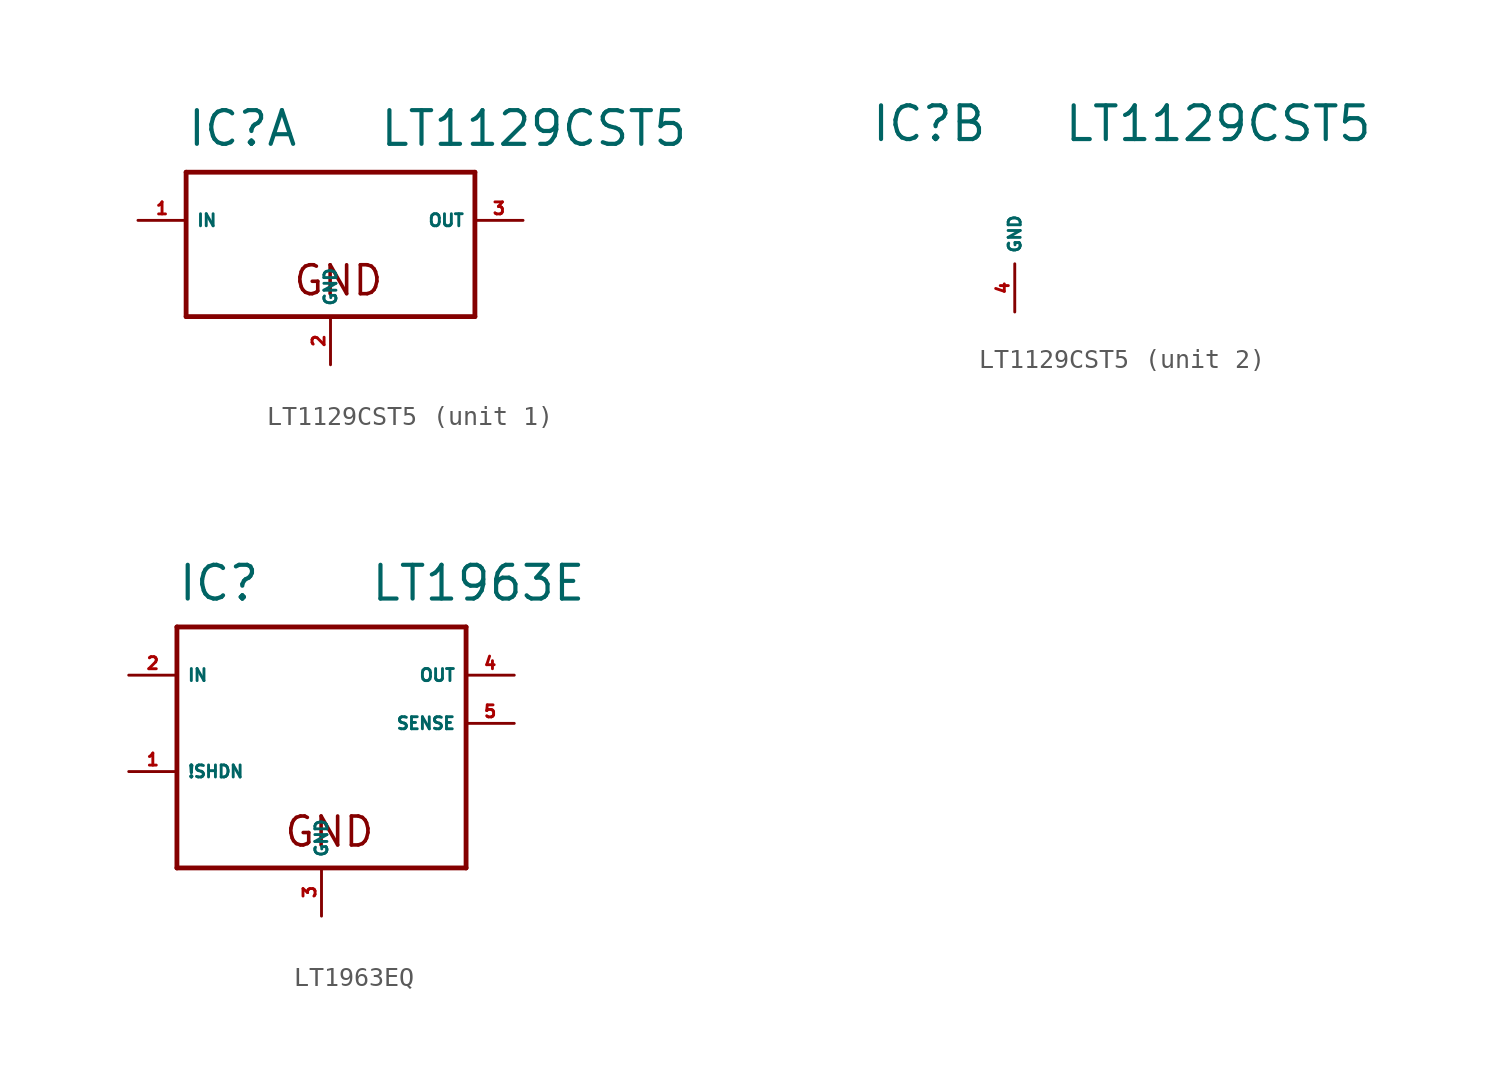
<source format=kicad_sym>
(kicad_symbol_lib
  (version 20220914)
  (generator Eagle2Kicad)
  (symbol "LT1129CST5"
    (property "Reference" "IC"
      (at -7.62 6.35 0)
      (effects (font (size 1.778 1.778) (thickness 0.22)) (justify left bottom)))
    (property "Value" "LT1129CST5"
      (at 2.54 6.35 0)
      (effects (font (size 1.778 1.778) (thickness 0.22)) (justify left bottom)))
    (symbol "LT1129CST5_1_0"
      (polyline (pts (xy -7.62 5.08) (xy 7.62 5.08)) (stroke (width 0.254) (type default)) (fill (type none)))
      (polyline (pts (xy 7.62 5.08) (xy 7.62 -2.54)) (stroke (width 0.254) (type default)) (fill (type none)))
      (polyline (pts (xy 7.62 -2.54) (xy -7.62 -2.54)) (stroke (width 0.254) (type default)) (fill (type none)))
      (polyline (pts (xy -7.62 -2.54) (xy -7.62 5.08)) (stroke (width 0.254) (type default)) (fill (type none)))
      (text "GND" (at -2.032 -1.524 0) (effects (font (size 1.524 1.524) (thickness 0.19)) (justify left bottom)))
      (pin input line (at -10.16 2.54 0) (length 2.54) (name "IN" (effects (font (size 0.635 0.635) (thickness 0.08)) (justify left bottom))) (number "1" (effects (font (size 0.635 0.635) (thickness 0.08)) (justify left bottom))))
      (pin output line (at 10.16 2.54 180) (length 2.54) (name "OUT" (effects (font (size 0.635 0.635) (thickness 0.08)) (justify left bottom))) (number "3" (effects (font (size 0.635 0.635) (thickness 0.08)) (justify left bottom))))
      (pin unspecified line (at 0 -5.08 90) (length 2.54) (name "GND" (effects (font (size 0.635 0.635) (thickness 0.08)) (justify left bottom))) (number "2" (effects (font (size 0.635 0.635) (thickness 0.08)) (justify left bottom)))))
    (symbol "LT1129CST5_2_0"
      (pin unspecified line (at 0 -2.54 90) (length 2.54) (name "GND" (effects (font (size 0.635 0.635) (thickness 0.08)) (justify left bottom))) (number "4" (effects (font (size 0.635 0.635) (thickness 0.08)) (justify left bottom))))))
  (symbol "LT1963EQ"
    (property "Reference" "IC"
      (at -7.62 6.35 0)
      (effects (font (size 1.778 1.778) (thickness 0.22)) (justify left bottom)))
    (property "Value" "LT1963E"
      (at 2.54 6.35 0)
      (effects (font (size 1.778 1.778) (thickness 0.22)) (justify left bottom)))
    (polyline
      (pts (xy -7.62 5.08) (xy 7.62 5.08))
      (stroke (width 0.254) (type default))
      (fill (type none)))
    (polyline
      (pts (xy 7.62 5.08) (xy 7.62 -7.62))
      (stroke (width 0.254) (type default))
      (fill (type none)))
    (polyline
      (pts (xy 7.62 -7.62) (xy -7.62 -7.62))
      (stroke (width 0.254) (type default))
      (fill (type none)))
    (polyline
      (pts (xy -7.62 -7.62) (xy -7.62 5.08))
      (stroke (width 0.254) (type default))
      (fill (type none)))
    (text "GND"
      (at -2.032 -6.604 0)
      (effects (font (size 1.524 1.524) (thickness 0.19)) (justify left bottom)))
    (pin input line
      (at -10.16 2.54 0)
      (length 2.54)
      (name "IN" (effects (font (size 0.635 0.635) (thickness 0.08)) (justify left bottom)))
      (number "2" (effects (font (size 0.635 0.635) (thickness 0.08)) (justify left bottom))))
    (pin output line
      (at 10.16 2.54 180)
      (length 2.54)
      (name "OUT" (effects (font (size 0.635 0.635) (thickness 0.08)) (justify left bottom)))
      (number "4" (effects (font (size 0.635 0.635) (thickness 0.08)) (justify left bottom))))
    (pin input line
      (at -10.16 -2.54 0)
      (length 2.54)
      (name "!SHDN" (effects (font (size 0.635 0.635) (thickness 0.08)) (justify left bottom)))
      (number "1" (effects (font (size 0.635 0.635) (thickness 0.08)) (justify left bottom))))
    (pin input line
      (at 10.16 0 180)
      (length 2.54)
      (name "SENSE" (effects (font (size 0.635 0.635) (thickness 0.08)) (justify left bottom)))
      (number "5" (effects (font (size 0.635 0.635) (thickness 0.08)) (justify left bottom))))
    (pin unspecified line
      (at 0 -10.16 90)
      (length 2.54)
      (name "GND" (effects (font (size 0.635 0.635) (thickness 0.08)) (justify left bottom)))
      (number "3" (effects (font (size 0.635 0.635) (thickness 0.08)) (justify left bottom))))))
</source>
